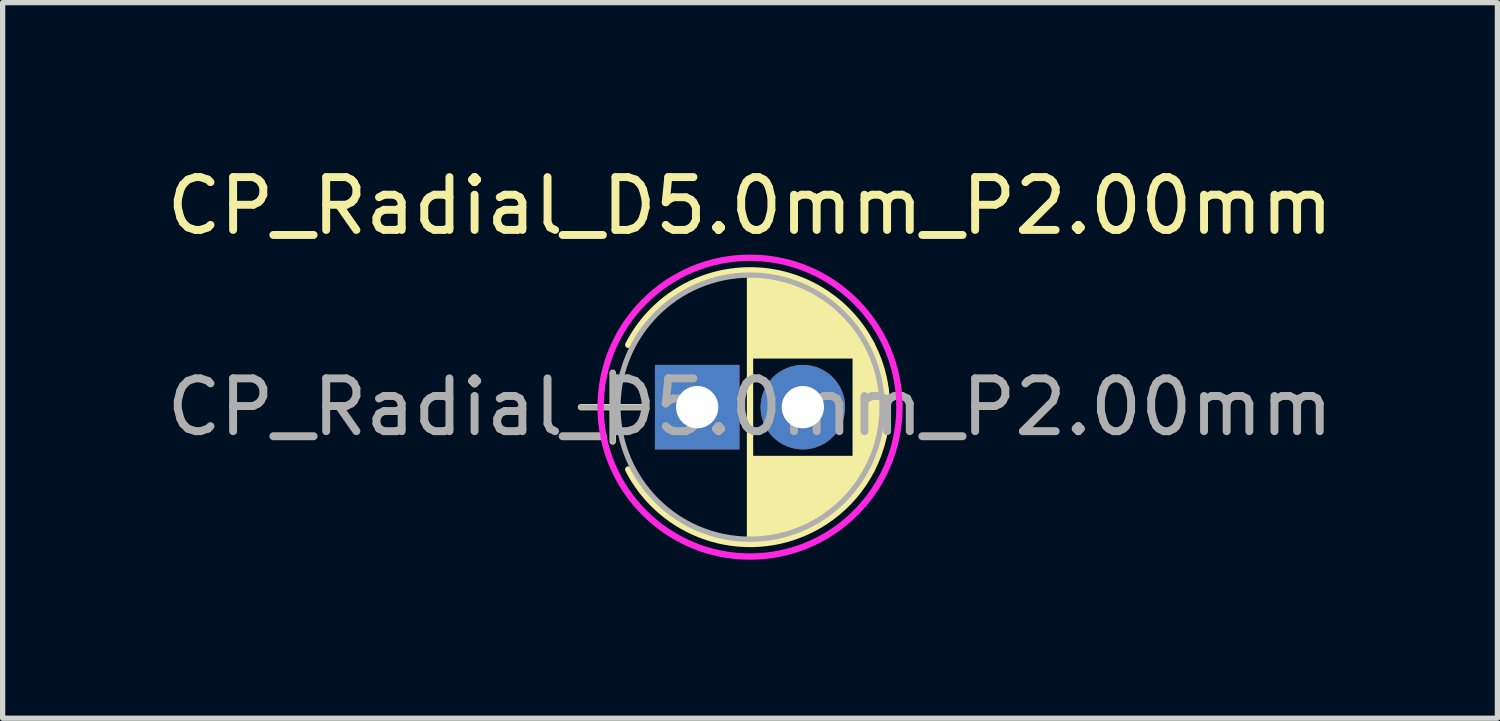
<source format=kicad_pcb>
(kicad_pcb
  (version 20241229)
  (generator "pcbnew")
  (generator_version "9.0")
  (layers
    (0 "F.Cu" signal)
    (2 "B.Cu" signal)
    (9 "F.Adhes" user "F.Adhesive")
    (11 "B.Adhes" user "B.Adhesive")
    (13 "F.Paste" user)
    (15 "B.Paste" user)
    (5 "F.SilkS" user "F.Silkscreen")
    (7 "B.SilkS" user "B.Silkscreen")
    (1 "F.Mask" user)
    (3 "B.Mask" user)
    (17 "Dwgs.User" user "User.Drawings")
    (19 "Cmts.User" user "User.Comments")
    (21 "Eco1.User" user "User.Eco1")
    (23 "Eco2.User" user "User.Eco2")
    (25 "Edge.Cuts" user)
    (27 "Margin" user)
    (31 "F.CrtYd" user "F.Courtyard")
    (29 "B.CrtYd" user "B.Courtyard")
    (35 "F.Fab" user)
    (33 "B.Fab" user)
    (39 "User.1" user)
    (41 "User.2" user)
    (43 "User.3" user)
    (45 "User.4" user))
  (footprint "CP_Radial_D5.0mm_P2.00mm"
    (layer "F.Cu")
    (at 10.149 4.658)
    (property "Reference" "CP_Radial_D5.0mm_P2.00mm" (at 1 -3.81 0) (layer "F.SilkS") (effects (font (size 1 1) (thickness 0.15))))
    (attr through_hole)
    (fp_line (start -2.2 0) (end -1 0) (stroke (width 0.12) (type solid)) (layer "F.SilkS"))
    (fp_line (start -1.6 -0.65) (end -1.6 0.65) (stroke (width 0.12) (type solid)) (layer "F.SilkS"))
    (fp_line (start 1 -2.55) (end 1 2.55) (stroke (width 0.12) (type solid)) (layer "F.SilkS"))
    (fp_line (start 1.04 -2.55) (end 1.04 -0.98) (stroke (width 0.12) (type solid)) (layer "F.SilkS"))
    (fp_line (start 1.04 0.98) (end 1.04 2.55) (stroke (width 0.12) (type solid)) (layer "F.SilkS"))
    (fp_line (start 1.08 -2.549) (end 1.08 -0.98) (stroke (width 0.12) (type solid)) (layer "F.SilkS"))
    (fp_line (start 1.08 0.98) (end 1.08 2.549) (stroke (width 0.12) (type solid)) (layer "F.SilkS"))
    (fp_line (start 1.12 -2.548) (end 1.12 -0.98) (stroke (width 0.12) (type solid)) (layer "F.SilkS"))
    (fp_line (start 1.12 0.98) (end 1.12 2.548) (stroke (width 0.12) (type solid)) (layer "F.SilkS"))
    (fp_line (start 1.16 -2.546) (end 1.16 -0.98) (stroke (width 0.12) (type solid)) (layer "F.SilkS"))
    (fp_line (start 1.16 0.98) (end 1.16 2.546) (stroke (width 0.12) (type solid)) (layer "F.SilkS"))
    (fp_line (start 1.2 -2.543) (end 1.2 -0.98) (stroke (width 0.12) (type solid)) (layer "F.SilkS"))
    (fp_line (start 1.2 0.98) (end 1.2 2.543) (stroke (width 0.12) (type solid)) (layer "F.SilkS"))
    (fp_line (start 1.24 -2.539) (end 1.24 -0.98) (stroke (width 0.12) (type solid)) (layer "F.SilkS"))
    (fp_line (start 1.24 0.98) (end 1.24 2.539) (stroke (width 0.12) (type solid)) (layer "F.SilkS"))
    (fp_line (start 1.28 -2.535) (end 1.28 -0.98) (stroke (width 0.12) (type solid)) (layer "F.SilkS"))
    (fp_line (start 1.28 0.98) (end 1.28 2.535) (stroke (width 0.12) (type solid)) (layer "F.SilkS"))
    (fp_line (start 1.32 -2.531) (end 1.32 -0.98) (stroke (width 0.12) (type solid)) (layer "F.SilkS"))
    (fp_line (start 1.32 0.98) (end 1.32 2.531) (stroke (width 0.12) (type solid)) (layer "F.SilkS"))
    (fp_line (start 1.36 -2.525) (end 1.36 -0.98) (stroke (width 0.12) (type solid)) (layer "F.SilkS"))
    (fp_line (start 1.36 0.98) (end 1.36 2.525) (stroke (width 0.12) (type solid)) (layer "F.SilkS"))
    (fp_line (start 1.4 -2.519) (end 1.4 -0.98) (stroke (width 0.12) (type solid)) (layer "F.SilkS"))
    (fp_line (start 1.4 0.98) (end 1.4 2.519) (stroke (width 0.12) (type solid)) (layer "F.SilkS"))
    (fp_line (start 1.44 -2.513) (end 1.44 -0.98) (stroke (width 0.12) (type solid)) (layer "F.SilkS"))
    (fp_line (start 1.44 0.98) (end 1.44 2.513) (stroke (width 0.12) (type solid)) (layer "F.SilkS"))
    (fp_line (start 1.48 -2.506) (end 1.48 -0.98) (stroke (width 0.12) (type solid)) (layer "F.SilkS"))
    (fp_line (start 1.48 0.98) (end 1.48 2.506) (stroke (width 0.12) (type solid)) (layer "F.SilkS"))
    (fp_line (start 1.52 -2.498) (end 1.52 -0.98) (stroke (width 0.12) (type solid)) (layer "F.SilkS"))
    (fp_line (start 1.52 0.98) (end 1.52 2.498) (stroke (width 0.12) (type solid)) (layer "F.SilkS"))
    (fp_line (start 1.56 -2.489) (end 1.56 -0.98) (stroke (width 0.12) (type solid)) (layer "F.SilkS"))
    (fp_line (start 1.56 0.98) (end 1.56 2.489) (stroke (width 0.12) (type solid)) (layer "F.SilkS"))
    (fp_line (start 1.6 -2.48) (end 1.6 -0.98) (stroke (width 0.12) (type solid)) (layer "F.SilkS"))
    (fp_line (start 1.6 0.98) (end 1.6 2.48) (stroke (width 0.12) (type solid)) (layer "F.SilkS"))
    (fp_line (start 1.64 -2.47) (end 1.64 -0.98) (stroke (width 0.12) (type solid)) (layer "F.SilkS"))
    (fp_line (start 1.64 0.98) (end 1.64 2.47) (stroke (width 0.12) (type solid)) (layer "F.SilkS"))
    (fp_line (start 1.68 -2.46) (end 1.68 -0.98) (stroke (width 0.12) (type solid)) (layer "F.SilkS"))
    (fp_line (start 1.68 0.98) (end 1.68 2.46) (stroke (width 0.12) (type solid)) (layer "F.SilkS"))
    (fp_line (start 1.721 -2.448) (end 1.721 -0.98) (stroke (width 0.12) (type solid)) (layer "F.SilkS"))
    (fp_line (start 1.721 0.98) (end 1.721 2.448) (stroke (width 0.12) (type solid)) (layer "F.SilkS"))
    (fp_line (start 1.761 -2.436) (end 1.761 -0.98) (stroke (width 0.12) (type solid)) (layer "F.SilkS"))
    (fp_line (start 1.761 0.98) (end 1.761 2.436) (stroke (width 0.12) (type solid)) (layer "F.SilkS"))
    (fp_line (start 1.801 -2.424) (end 1.801 -0.98) (stroke (width 0.12) (type solid)) (layer "F.SilkS"))
    (fp_line (start 1.801 0.98) (end 1.801 2.424) (stroke (width 0.12) (type solid)) (layer "F.SilkS"))
    (fp_line (start 1.841 -2.41) (end 1.841 -0.98) (stroke (width 0.12) (type solid)) (layer "F.SilkS"))
    (fp_line (start 1.841 0.98) (end 1.841 2.41) (stroke (width 0.12) (type solid)) (layer "F.SilkS"))
    (fp_line (start 1.881 -2.396) (end 1.881 -0.98) (stroke (width 0.12) (type solid)) (layer "F.SilkS"))
    (fp_line (start 1.881 0.98) (end 1.881 2.396) (stroke (width 0.12) (type solid)) (layer "F.SilkS"))
    (fp_line (start 1.921 -2.382) (end 1.921 -0.98) (stroke (width 0.12) (type solid)) (layer "F.SilkS"))
    (fp_line (start 1.921 0.98) (end 1.921 2.382) (stroke (width 0.12) (type solid)) (layer "F.SilkS"))
    (fp_line (start 1.961 -2.366) (end 1.961 -0.98) (stroke (width 0.12) (type solid)) (layer "F.SilkS"))
    (fp_line (start 1.961 0.98) (end 1.961 2.366) (stroke (width 0.12) (type solid)) (layer "F.SilkS"))
    (fp_line (start 2.001 -2.35) (end 2.001 -0.98) (stroke (width 0.12) (type solid)) (layer "F.SilkS"))
    (fp_line (start 2.001 0.98) (end 2.001 2.35) (stroke (width 0.12) (type solid)) (layer "F.SilkS"))
    (fp_line (start 2.041 -2.333) (end 2.041 -0.98) (stroke (width 0.12) (type solid)) (layer "F.SilkS"))
    (fp_line (start 2.041 0.98) (end 2.041 2.333) (stroke (width 0.12) (type solid)) (layer "F.SilkS"))
    (fp_line (start 2.081 -2.315) (end 2.081 -0.98) (stroke (width 0.12) (type solid)) (layer "F.SilkS"))
    (fp_line (start 2.081 0.98) (end 2.081 2.315) (stroke (width 0.12) (type solid)) (layer "F.SilkS"))
    (fp_line (start 2.121 -2.296) (end 2.121 -0.98) (stroke (width 0.12) (type solid)) (layer "F.SilkS"))
    (fp_line (start 2.121 0.98) (end 2.121 2.296) (stroke (width 0.12) (type solid)) (layer "F.SilkS"))
    (fp_line (start 2.161 -2.276) (end 2.161 -0.98) (stroke (width 0.12) (type solid)) (layer "F.SilkS"))
    (fp_line (start 2.161 0.98) (end 2.161 2.276) (stroke (width 0.12) (type solid)) (layer "F.SilkS"))
    (fp_line (start 2.201 -2.256) (end 2.201 -0.98) (stroke (width 0.12) (type solid)) (layer "F.SilkS"))
    (fp_line (start 2.201 0.98) (end 2.201 2.256) (stroke (width 0.12) (type solid)) (layer "F.SilkS"))
    (fp_line (start 2.241 -2.234) (end 2.241 -0.98) (stroke (width 0.12) (type solid)) (layer "F.SilkS"))
    (fp_line (start 2.241 0.98) (end 2.241 2.234) (stroke (width 0.12) (type solid)) (layer "F.SilkS"))
    (fp_line (start 2.281 -2.212) (end 2.281 -0.98) (stroke (width 0.12) (type solid)) (layer "F.SilkS"))
    (fp_line (start 2.281 0.98) (end 2.281 2.212) (stroke (width 0.12) (type solid)) (layer "F.SilkS"))
    (fp_line (start 2.321 -2.189) (end 2.321 -0.98) (stroke (width 0.12) (type solid)) (layer "F.SilkS"))
    (fp_line (start 2.321 0.98) (end 2.321 2.189) (stroke (width 0.12) (type solid)) (layer "F.SilkS"))
    (fp_line (start 2.361 -2.165) (end 2.361 -0.98) (stroke (width 0.12) (type solid)) (layer "F.SilkS"))
    (fp_line (start 2.361 0.98) (end 2.361 2.165) (stroke (width 0.12) (type solid)) (layer "F.SilkS"))
    (fp_line (start 2.401 -2.14) (end 2.401 -0.98) (stroke (width 0.12) (type solid)) (layer "F.SilkS"))
    (fp_line (start 2.401 0.98) (end 2.401 2.14) (stroke (width 0.12) (type solid)) (layer "F.SilkS"))
    (fp_line (start 2.441 -2.113) (end 2.441 -0.98) (stroke (width 0.12) (type solid)) (layer "F.SilkS"))
    (fp_line (start 2.441 0.98) (end 2.441 2.113) (stroke (width 0.12) (type solid)) (layer "F.SilkS"))
    (fp_line (start 2.481 -2.086) (end 2.481 -0.98) (stroke (width 0.12) (type solid)) (layer "F.SilkS"))
    (fp_line (start 2.481 0.98) (end 2.481 2.086) (stroke (width 0.12) (type solid)) (layer "F.SilkS"))
    (fp_line (start 2.521 -2.058) (end 2.521 -0.98) (stroke (width 0.12) (type solid)) (layer "F.SilkS"))
    (fp_line (start 2.521 0.98) (end 2.521 2.058) (stroke (width 0.12) (type solid)) (layer "F.SilkS"))
    (fp_line (start 2.561 -2.028) (end 2.561 -0.98) (stroke (width 0.12) (type solid)) (layer "F.SilkS"))
    (fp_line (start 2.561 0.98) (end 2.561 2.028) (stroke (width 0.12) (type solid)) (layer "F.SilkS"))
    (fp_line (start 2.601 -1.997) (end 2.601 -0.98) (stroke (width 0.12) (type solid)) (layer "F.SilkS"))
    (fp_line (start 2.601 0.98) (end 2.601 1.997) (stroke (width 0.12) (type solid)) (layer "F.SilkS"))
    (fp_line (start 2.641 -1.965) (end 2.641 -0.98) (stroke (width 0.12) (type solid)) (layer "F.SilkS"))
    (fp_line (start 2.641 0.98) (end 2.641 1.965) (stroke (width 0.12) (type solid)) (layer "F.SilkS"))
    (fp_line (start 2.681 -1.932) (end 2.681 -0.98) (stroke (width 0.12) (type solid)) (layer "F.SilkS"))
    (fp_line (start 2.681 0.98) (end 2.681 1.932) (stroke (width 0.12) (type solid)) (layer "F.SilkS"))
    (fp_line (start 2.721 -1.897) (end 2.721 -0.98) (stroke (width 0.12) (type solid)) (layer "F.SilkS"))
    (fp_line (start 2.721 0.98) (end 2.721 1.897) (stroke (width 0.12) (type solid)) (layer "F.SilkS"))
    (fp_line (start 2.761 -1.861) (end 2.761 -0.98) (stroke (width 0.12) (type solid)) (layer "F.SilkS"))
    (fp_line (start 2.761 0.98) (end 2.761 1.861) (stroke (width 0.12) (type solid)) (layer "F.SilkS"))
    (fp_line (start 2.801 -1.823) (end 2.801 -0.98) (stroke (width 0.12) (type solid)) (layer "F.SilkS"))
    (fp_line (start 2.801 0.98) (end 2.801 1.823) (stroke (width 0.12) (type solid)) (layer "F.SilkS"))
    (fp_line (start 2.841 -1.783) (end 2.841 -0.98) (stroke (width 0.12) (type solid)) (layer "F.SilkS"))
    (fp_line (start 2.841 0.98) (end 2.841 1.783) (stroke (width 0.12) (type solid)) (layer "F.SilkS"))
    (fp_line (start 2.881 -1.742) (end 2.881 -0.98) (stroke (width 0.12) (type solid)) (layer "F.SilkS"))
    (fp_line (start 2.881 0.98) (end 2.881 1.742) (stroke (width 0.12) (type solid)) (layer "F.SilkS"))
    (fp_line (start 2.921 -1.699) (end 2.921 -0.98) (stroke (width 0.12) (type solid)) (layer "F.SilkS"))
    (fp_line (start 2.921 0.98) (end 2.921 1.699) (stroke (width 0.12) (type solid)) (layer "F.SilkS"))
    (fp_line (start 2.961 -1.654) (end 2.961 -0.98) (stroke (width 0.12) (type solid)) (layer "F.SilkS"))
    (fp_line (start 2.961 0.98) (end 2.961 1.654) (stroke (width 0.12) (type solid)) (layer "F.SilkS"))
    (fp_line (start 3.001 -1.606) (end 3.001 1.606) (stroke (width 0.12) (type solid)) (layer "F.SilkS"))
    (fp_line (start 3.041 -1.556) (end 3.041 1.556) (stroke (width 0.12) (type solid)) (layer "F.SilkS"))
    (fp_line (start 3.081 -1.504) (end 3.081 1.504) (stroke (width 0.12) (type solid)) (layer "F.SilkS"))
    (fp_line (start 3.121 -1.448) (end 3.121 1.448) (stroke (width 0.12) (type solid)) (layer "F.SilkS"))
    (fp_line (start 3.161 -1.39) (end 3.161 1.39) (stroke (width 0.12) (type solid)) (layer "F.SilkS"))
    (fp_line (start 3.201 -1.327) (end 3.201 1.327) (stroke (width 0.12) (type solid)) (layer "F.SilkS"))
    (fp_line (start 3.241 -1.261) (end 3.241 1.261) (stroke (width 0.12) (type solid)) (layer "F.SilkS"))
    (fp_line (start 3.281 -1.189) (end 3.281 1.189) (stroke (width 0.12) (type solid)) (layer "F.SilkS"))
    (fp_line (start 3.321 -1.112) (end 3.321 1.112) (stroke (width 0.12) (type solid)) (layer "F.SilkS"))
    (fp_line (start 3.361 -1.028) (end 3.361 1.028) (stroke (width 0.12) (type solid)) (layer "F.SilkS"))
    (fp_line (start 3.401 -0.934) (end 3.401 0.934) (stroke (width 0.12) (type solid)) (layer "F.SilkS"))
    (fp_line (start 3.441 -0.829) (end 3.441 0.829) (stroke (width 0.12) (type solid)) (layer "F.SilkS"))
    (fp_line (start 3.481 -0.707) (end 3.481 0.707) (stroke (width 0.12) (type solid)) (layer "F.SilkS"))
    (fp_line (start 3.521 -0.559) (end 3.521 0.559) (stroke (width 0.12) (type solid)) (layer "F.SilkS"))
    (fp_line (start 3.561 -0.354) (end 3.561 0.354) (stroke (width 0.12) (type solid)) (layer "F.SilkS"))
    (fp_arc (start -1.30558 -1.18) (mid 1.000156 -2.59) (end 3.305722 -1.179722) (stroke (width 0.12) (type solid)) (layer "F.SilkS"))
    (fp_arc (start 3.30558 -1.18) (mid 3.59 -0.000156) (end 3.305722 1.179722) (stroke (width 0.12) (type solid)) (layer "F.SilkS"))
    (fp_arc (start 3.305722 1.179722) (mid 1.000156 2.59) (end -1.30558 1.18) (stroke (width 0.12) (type solid)) (layer "F.SilkS"))
    (fp_circle (center 1 0) (end 3 -2) (stroke (width 0.12) (type solid)) (fill no) (layer "F.CrtYd"))
    (fp_line (start -2.2 0) (end -1 0) (stroke (width 0.1) (type solid)) (layer "F.Fab"))
    (fp_line (start -1.6 -0.65) (end -1.6 0.65) (stroke (width 0.1) (type solid)) (layer "F.Fab"))
    (fp_circle (center 1 0) (end 3.5 0) (stroke (width 0.1) (type solid)) (fill no) (layer "F.Fab"))
    (fp_text user "${REFERENCE}" (at 1 0 0) (layer "F.Fab") (effects (font (size 1 1) (thickness 0.15))))
    (pad "1" thru_hole rect (at 0 0) (size 1.6 1.6) (drill 0.8) (layers "*.Cu" "*.Mask"))
    (pad "2" thru_hole circle (at 2 0) (size 1.6 1.6) (drill 0.8) (layers "*.Cu" "*.Mask")))
  (gr_rect
    (start -3 -3)
    (end 25.298 10.547)
    (stroke (width 0.1) (type default))
    (fill no)
    (layer "Edge.Cuts")))
</source>
